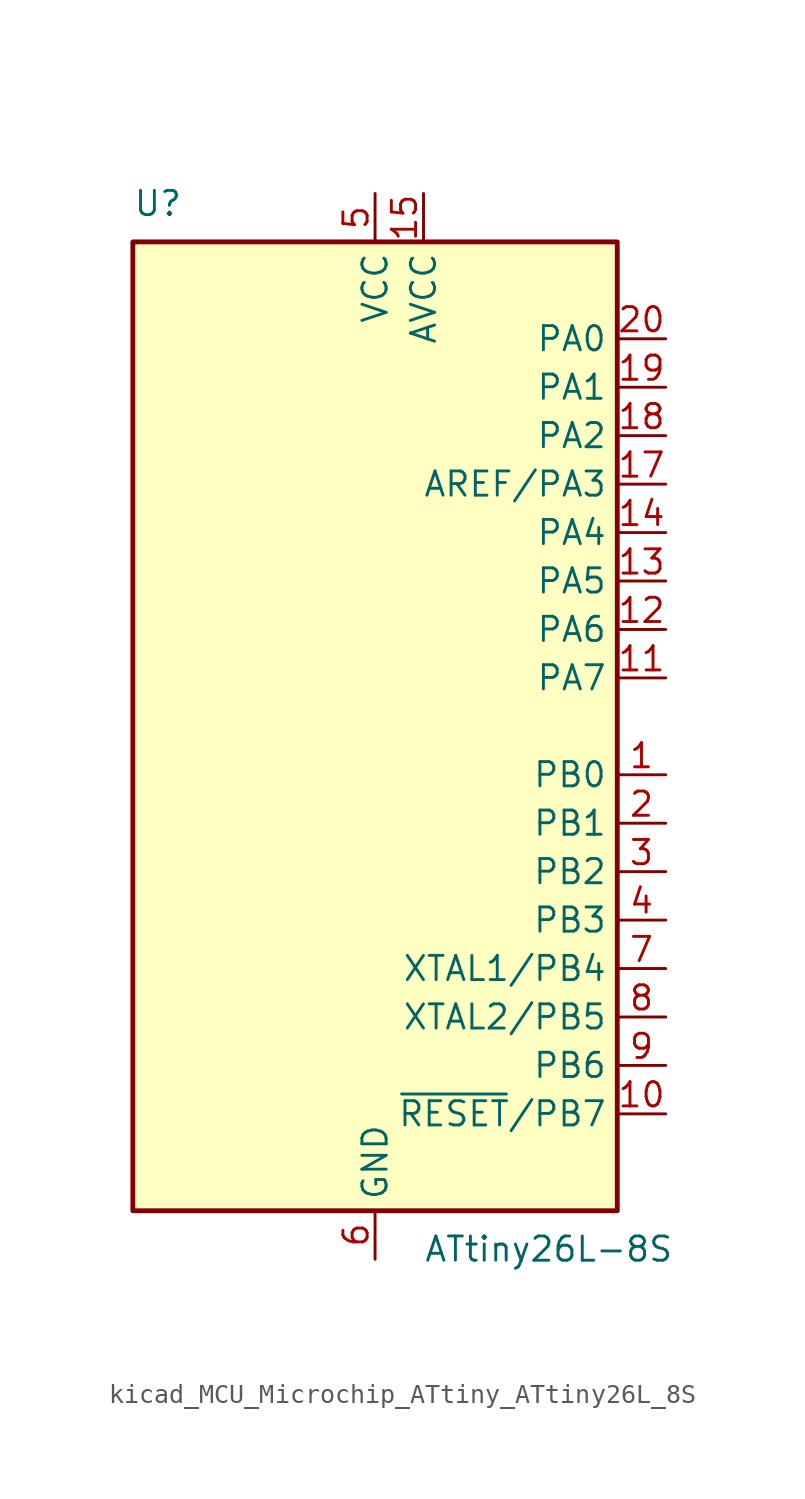
<source format=kicad_sym>
(kicad_symbol_lib
  (version 20220914)
  (generator kicad_symbol_editor)
  (symbol "kicad_MCU_Microchip_ATtiny_ATtiny26L_8S"
    (property "Reference" "U"
      (at -12.7 26.67 0)
      (effects (font (size 1.27 1.27)) (justify left bottom)))
    (property "Value" "ATtiny26L-8S"
      (at 2.54 -26.67 0)
      (effects (font (size 1.27 1.27)) (justify left top)))
    (symbol "kicad_MCU_Microchip_ATtiny_ATtiny26L_8S_0_1"
      (rectangle (start -12.7 -25.4) (end 12.7 25.4) (stroke (width 0.254) (type default)) (fill (type background))))
    (symbol "kicad_MCU_Microchip_ATtiny_ATtiny26L_8S_1_1"
      (pin bidirectional line (at 15.24 -2.54 180) (length 2.54) (name "PB0" (effects (font (size 1.27 1.27)))) (number "1" (effects (font (size 1.27 1.27)))))
      (pin bidirectional line (at 15.24 -20.32 180) (length 2.54) (name "~{RESET}/PB7" (effects (font (size 1.27 1.27)))) (number "10" (effects (font (size 1.27 1.27)))))
      (pin bidirectional line (at 15.24 2.54 180) (length 2.54) (name "PA7" (effects (font (size 1.27 1.27)))) (number "11" (effects (font (size 1.27 1.27)))))
      (pin bidirectional line (at 15.24 5.08 180) (length 2.54) (name "PA6" (effects (font (size 1.27 1.27)))) (number "12" (effects (font (size 1.27 1.27)))))
      (pin bidirectional line (at 15.24 7.62 180) (length 2.54) (name "PA5" (effects (font (size 1.27 1.27)))) (number "13" (effects (font (size 1.27 1.27)))))
      (pin bidirectional line (at 15.24 10.16 180) (length 2.54) (name "PA4" (effects (font (size 1.27 1.27)))) (number "14" (effects (font (size 1.27 1.27)))))
      (pin power_in line (at 2.54 27.94 270) (length 2.54) (name "AVCC" (effects (font (size 1.27 1.27)))) (number "15" (effects (font (size 1.27 1.27)))))
      (pin passive line (at 0 -27.94 90) (length 2.54) hide (name "GND" (effects (font (size 1.27 1.27)))) (number "16" (effects (font (size 1.27 1.27)))))
      (pin bidirectional line (at 15.24 12.7 180) (length 2.54) (name "AREF/PA3" (effects (font (size 1.27 1.27)))) (number "17" (effects (font (size 1.27 1.27)))))
      (pin bidirectional line (at 15.24 15.24 180) (length 2.54) (name "PA2" (effects (font (size 1.27 1.27)))) (number "18" (effects (font (size 1.27 1.27)))))
      (pin bidirectional line (at 15.24 17.78 180) (length 2.54) (name "PA1" (effects (font (size 1.27 1.27)))) (number "19" (effects (font (size 1.27 1.27)))))
      (pin bidirectional line (at 15.24 -5.08 180) (length 2.54) (name "PB1" (effects (font (size 1.27 1.27)))) (number "2" (effects (font (size 1.27 1.27)))))
      (pin bidirectional line (at 15.24 20.32 180) (length 2.54) (name "PA0" (effects (font (size 1.27 1.27)))) (number "20" (effects (font (size 1.27 1.27)))))
      (pin bidirectional line (at 15.24 -7.62 180) (length 2.54) (name "PB2" (effects (font (size 1.27 1.27)))) (number "3" (effects (font (size 1.27 1.27)))))
      (pin bidirectional line (at 15.24 -10.16 180) (length 2.54) (name "PB3" (effects (font (size 1.27 1.27)))) (number "4" (effects (font (size 1.27 1.27)))))
      (pin power_in line (at 0 27.94 270) (length 2.54) (name "VCC" (effects (font (size 1.27 1.27)))) (number "5" (effects (font (size 1.27 1.27)))))
      (pin power_in line (at 0 -27.94 90) (length 2.54) (name "GND" (effects (font (size 1.27 1.27)))) (number "6" (effects (font (size 1.27 1.27)))))
      (pin bidirectional line (at 15.24 -12.7 180) (length 2.54) (name "XTAL1/PB4" (effects (font (size 1.27 1.27)))) (number "7" (effects (font (size 1.27 1.27)))))
      (pin bidirectional line (at 15.24 -15.24 180) (length 2.54) (name "XTAL2/PB5" (effects (font (size 1.27 1.27)))) (number "8" (effects (font (size 1.27 1.27)))))
      (pin bidirectional line (at 15.24 -17.78 180) (length 2.54) (name "PB6" (effects (font (size 1.27 1.27)))) (number "9" (effects (font (size 1.27 1.27))))))))
</source>
